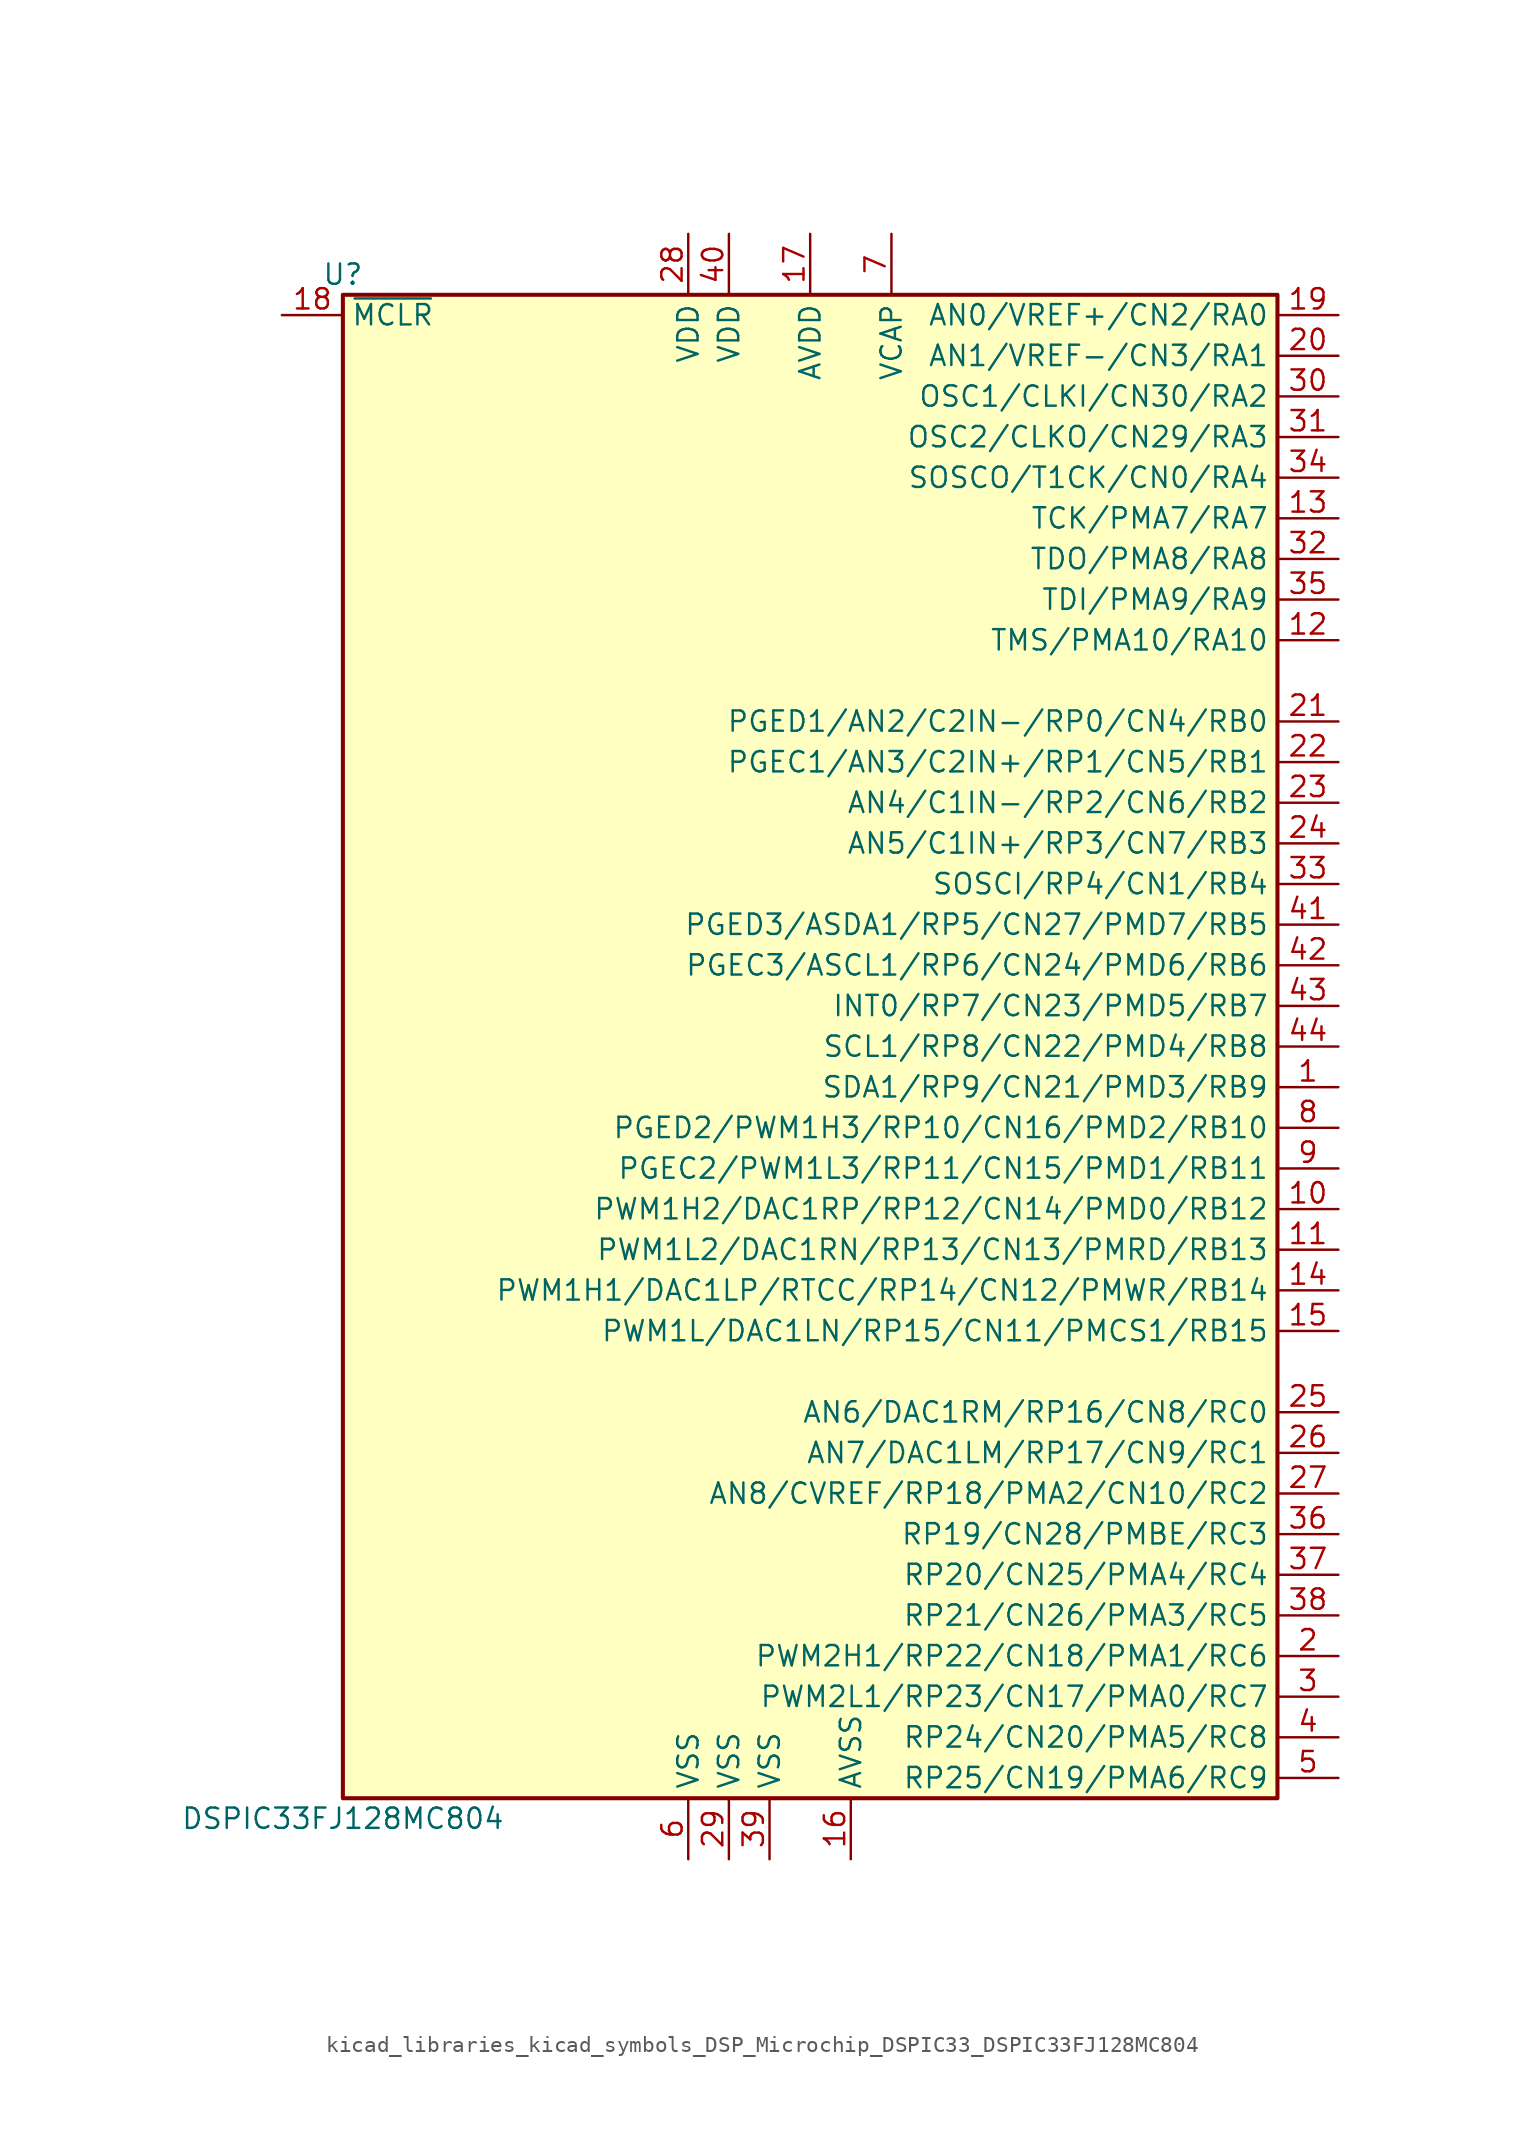
<source format=kicad_sym>
(kicad_symbol_lib
  (version 20220914)
  (generator kicad_symbol_editor)
  (symbol "kicad_libraries_kicad_symbols_DSP_Microchip_DSPIC33_DSPIC33FJ128MC804"
    (property "Reference" "U"
      (at -29.21 48.26 0)
      (effects (font (size 1.27 1.27))))
    (property "Value" "DSPIC33FJ128MC804"
      (at -29.21 -48.26 0)
      (effects (font (size 1.27 1.27))))
    (symbol "kicad_libraries_kicad_symbols_DSP_Microchip_DSPIC33_DSPIC33FJ128MC804_1_1"
      (rectangle (start -29.21 46.99) (end 29.21 -46.99) (stroke (width 0.254) (type default)) (fill (type background)))
      (pin bidirectional line (at 33.02 -2.54 180) (length 3.81) (name "SDA1/RP9/CN21/PMD3/RB9" (effects (font (size 1.27 1.27)))) (number "1" (effects (font (size 1.27 1.27)))))
      (pin bidirectional line (at 33.02 -10.16 180) (length 3.81) (name "PWM1H2/DAC1RP/RP12/CN14/PMD0/RB12" (effects (font (size 1.27 1.27)))) (number "10" (effects (font (size 1.27 1.27)))))
      (pin bidirectional line (at 33.02 -12.7 180) (length 3.81) (name "PWM1L2/DAC1RN/RP13/CN13/PMRD/RB13" (effects (font (size 1.27 1.27)))) (number "11" (effects (font (size 1.27 1.27)))))
      (pin bidirectional line (at 33.02 25.4 180) (length 3.81) (name "TMS/PMA10/RA10" (effects (font (size 1.27 1.27)))) (number "12" (effects (font (size 1.27 1.27)))))
      (pin bidirectional line (at 33.02 33.02 180) (length 3.81) (name "TCK/PMA7/RA7" (effects (font (size 1.27 1.27)))) (number "13" (effects (font (size 1.27 1.27)))))
      (pin bidirectional line (at 33.02 -15.24 180) (length 3.81) (name "PWM1H1/DAC1LP/RTCC/RP14/CN12/PMWR/RB14" (effects (font (size 1.27 1.27)))) (number "14" (effects (font (size 1.27 1.27)))))
      (pin bidirectional line (at 33.02 -17.78 180) (length 3.81) (name "PWM1L/DAC1LN/RP15/CN11/PMCS1/RB15" (effects (font (size 1.27 1.27)))) (number "15" (effects (font (size 1.27 1.27)))))
      (pin power_in line (at 2.54 -50.8 90) (length 3.81) (name "AVSS" (effects (font (size 1.27 1.27)))) (number "16" (effects (font (size 1.27 1.27)))))
      (pin power_in line (at 0 50.8 270) (length 3.81) (name "AVDD" (effects (font (size 1.27 1.27)))) (number "17" (effects (font (size 1.27 1.27)))))
      (pin input line (at -33.02 45.72 0) (length 3.81) (name "~{MCLR}" (effects (font (size 1.27 1.27)))) (number "18" (effects (font (size 1.27 1.27)))))
      (pin bidirectional line (at 33.02 45.72 180) (length 3.81) (name "AN0/VREF+/CN2/RA0" (effects (font (size 1.27 1.27)))) (number "19" (effects (font (size 1.27 1.27)))))
      (pin bidirectional line (at 33.02 -38.1 180) (length 3.81) (name "PWM2H1/RP22/CN18/PMA1/RC6" (effects (font (size 1.27 1.27)))) (number "2" (effects (font (size 1.27 1.27)))))
      (pin bidirectional line (at 33.02 43.18 180) (length 3.81) (name "AN1/VREF-/CN3/RA1" (effects (font (size 1.27 1.27)))) (number "20" (effects (font (size 1.27 1.27)))))
      (pin bidirectional line (at 33.02 20.32 180) (length 3.81) (name "PGED1/AN2/C2IN-/RP0/CN4/RB0" (effects (font (size 1.27 1.27)))) (number "21" (effects (font (size 1.27 1.27)))))
      (pin bidirectional line (at 33.02 17.78 180) (length 3.81) (name "PGEC1/AN3/C2IN+/RP1/CN5/RB1" (effects (font (size 1.27 1.27)))) (number "22" (effects (font (size 1.27 1.27)))))
      (pin bidirectional line (at 33.02 15.24 180) (length 3.81) (name "AN4/C1IN-/RP2/CN6/RB2" (effects (font (size 1.27 1.27)))) (number "23" (effects (font (size 1.27 1.27)))))
      (pin bidirectional line (at 33.02 12.7 180) (length 3.81) (name "AN5/C1IN+/RP3/CN7/RB3" (effects (font (size 1.27 1.27)))) (number "24" (effects (font (size 1.27 1.27)))))
      (pin bidirectional line (at 33.02 -22.86 180) (length 3.81) (name "AN6/DAC1RM/RP16/CN8/RC0" (effects (font (size 1.27 1.27)))) (number "25" (effects (font (size 1.27 1.27)))))
      (pin bidirectional line (at 33.02 -25.4 180) (length 3.81) (name "AN7/DAC1LM/RP17/CN9/RC1" (effects (font (size 1.27 1.27)))) (number "26" (effects (font (size 1.27 1.27)))))
      (pin bidirectional line (at 33.02 -27.94 180) (length 3.81) (name "AN8/CVREF/RP18/PMA2/CN10/RC2" (effects (font (size 1.27 1.27)))) (number "27" (effects (font (size 1.27 1.27)))))
      (pin power_in line (at -7.62 50.8 270) (length 3.81) (name "VDD" (effects (font (size 1.27 1.27)))) (number "28" (effects (font (size 1.27 1.27)))))
      (pin power_in line (at -5.08 -50.8 90) (length 3.81) (name "VSS" (effects (font (size 1.27 1.27)))) (number "29" (effects (font (size 1.27 1.27)))))
      (pin bidirectional line (at 33.02 -40.64 180) (length 3.81) (name "PWM2L1/RP23/CN17/PMA0/RC7" (effects (font (size 1.27 1.27)))) (number "3" (effects (font (size 1.27 1.27)))))
      (pin input line (at 33.02 40.64 180) (length 3.81) (name "OSC1/CLKI/CN30/RA2" (effects (font (size 1.27 1.27)))) (number "30" (effects (font (size 1.27 1.27)))))
      (pin input line (at 33.02 38.1 180) (length 3.81) (name "OSC2/CLKO/CN29/RA3" (effects (font (size 1.27 1.27)))) (number "31" (effects (font (size 1.27 1.27)))))
      (pin input line (at 33.02 30.48 180) (length 3.81) (name "TDO/PMA8/RA8" (effects (font (size 1.27 1.27)))) (number "32" (effects (font (size 1.27 1.27)))))
      (pin input line (at 33.02 10.16 180) (length 3.81) (name "SOSCI/RP4/CN1/RB4" (effects (font (size 1.27 1.27)))) (number "33" (effects (font (size 1.27 1.27)))))
      (pin input line (at 33.02 35.56 180) (length 3.81) (name "SOSCO/T1CK/CN0/RA4" (effects (font (size 1.27 1.27)))) (number "34" (effects (font (size 1.27 1.27)))))
      (pin input line (at 33.02 27.94 180) (length 3.81) (name "TDI/PMA9/RA9" (effects (font (size 1.27 1.27)))) (number "35" (effects (font (size 1.27 1.27)))))
      (pin input line (at 33.02 -30.48 180) (length 3.81) (name "RP19/CN28/PMBE/RC3" (effects (font (size 1.27 1.27)))) (number "36" (effects (font (size 1.27 1.27)))))
      (pin input line (at 33.02 -33.02 180) (length 3.81) (name "RP20/CN25/PMA4/RC4" (effects (font (size 1.27 1.27)))) (number "37" (effects (font (size 1.27 1.27)))))
      (pin input line (at 33.02 -35.56 180) (length 3.81) (name "RP21/CN26/PMA3/RC5" (effects (font (size 1.27 1.27)))) (number "38" (effects (font (size 1.27 1.27)))))
      (pin power_in line (at -2.54 -50.8 90) (length 3.81) (name "VSS" (effects (font (size 1.27 1.27)))) (number "39" (effects (font (size 1.27 1.27)))))
      (pin bidirectional line (at 33.02 -43.18 180) (length 3.81) (name "RP24/CN20/PMA5/RC8" (effects (font (size 1.27 1.27)))) (number "4" (effects (font (size 1.27 1.27)))))
      (pin power_in line (at -5.08 50.8 270) (length 3.81) (name "VDD" (effects (font (size 1.27 1.27)))) (number "40" (effects (font (size 1.27 1.27)))))
      (pin input line (at 33.02 7.62 180) (length 3.81) (name "PGED3/ASDA1/RP5/CN27/PMD7/RB5" (effects (font (size 1.27 1.27)))) (number "41" (effects (font (size 1.27 1.27)))))
      (pin input line (at 33.02 5.08 180) (length 3.81) (name "PGEC3/ASCL1/RP6/CN24/PMD6/RB6" (effects (font (size 1.27 1.27)))) (number "42" (effects (font (size 1.27 1.27)))))
      (pin input line (at 33.02 2.54 180) (length 3.81) (name "INT0/RP7/CN23/PMD5/RB7" (effects (font (size 1.27 1.27)))) (number "43" (effects (font (size 1.27 1.27)))))
      (pin input line (at 33.02 0 180) (length 3.81) (name "SCL1/RP8/CN22/PMD4/RB8" (effects (font (size 1.27 1.27)))) (number "44" (effects (font (size 1.27 1.27)))))
      (pin bidirectional line (at 33.02 -45.72 180) (length 3.81) (name "RP25/CN19/PMA6/RC9" (effects (font (size 1.27 1.27)))) (number "5" (effects (font (size 1.27 1.27)))))
      (pin power_in line (at -7.62 -50.8 90) (length 3.81) (name "VSS" (effects (font (size 1.27 1.27)))) (number "6" (effects (font (size 1.27 1.27)))))
      (pin power_in line (at 5.08 50.8 270) (length 3.81) (name "VCAP" (effects (font (size 1.27 1.27)))) (number "7" (effects (font (size 1.27 1.27)))))
      (pin bidirectional line (at 33.02 -5.08 180) (length 3.81) (name "PGED2/PWM1H3/RP10/CN16/PMD2/RB10" (effects (font (size 1.27 1.27)))) (number "8" (effects (font (size 1.27 1.27)))))
      (pin bidirectional line (at 33.02 -7.62 180) (length 3.81) (name "PGEC2/PWM1L3/RP11/CN15/PMD1/RB11" (effects (font (size 1.27 1.27)))) (number "9" (effects (font (size 1.27 1.27))))))))
</source>
